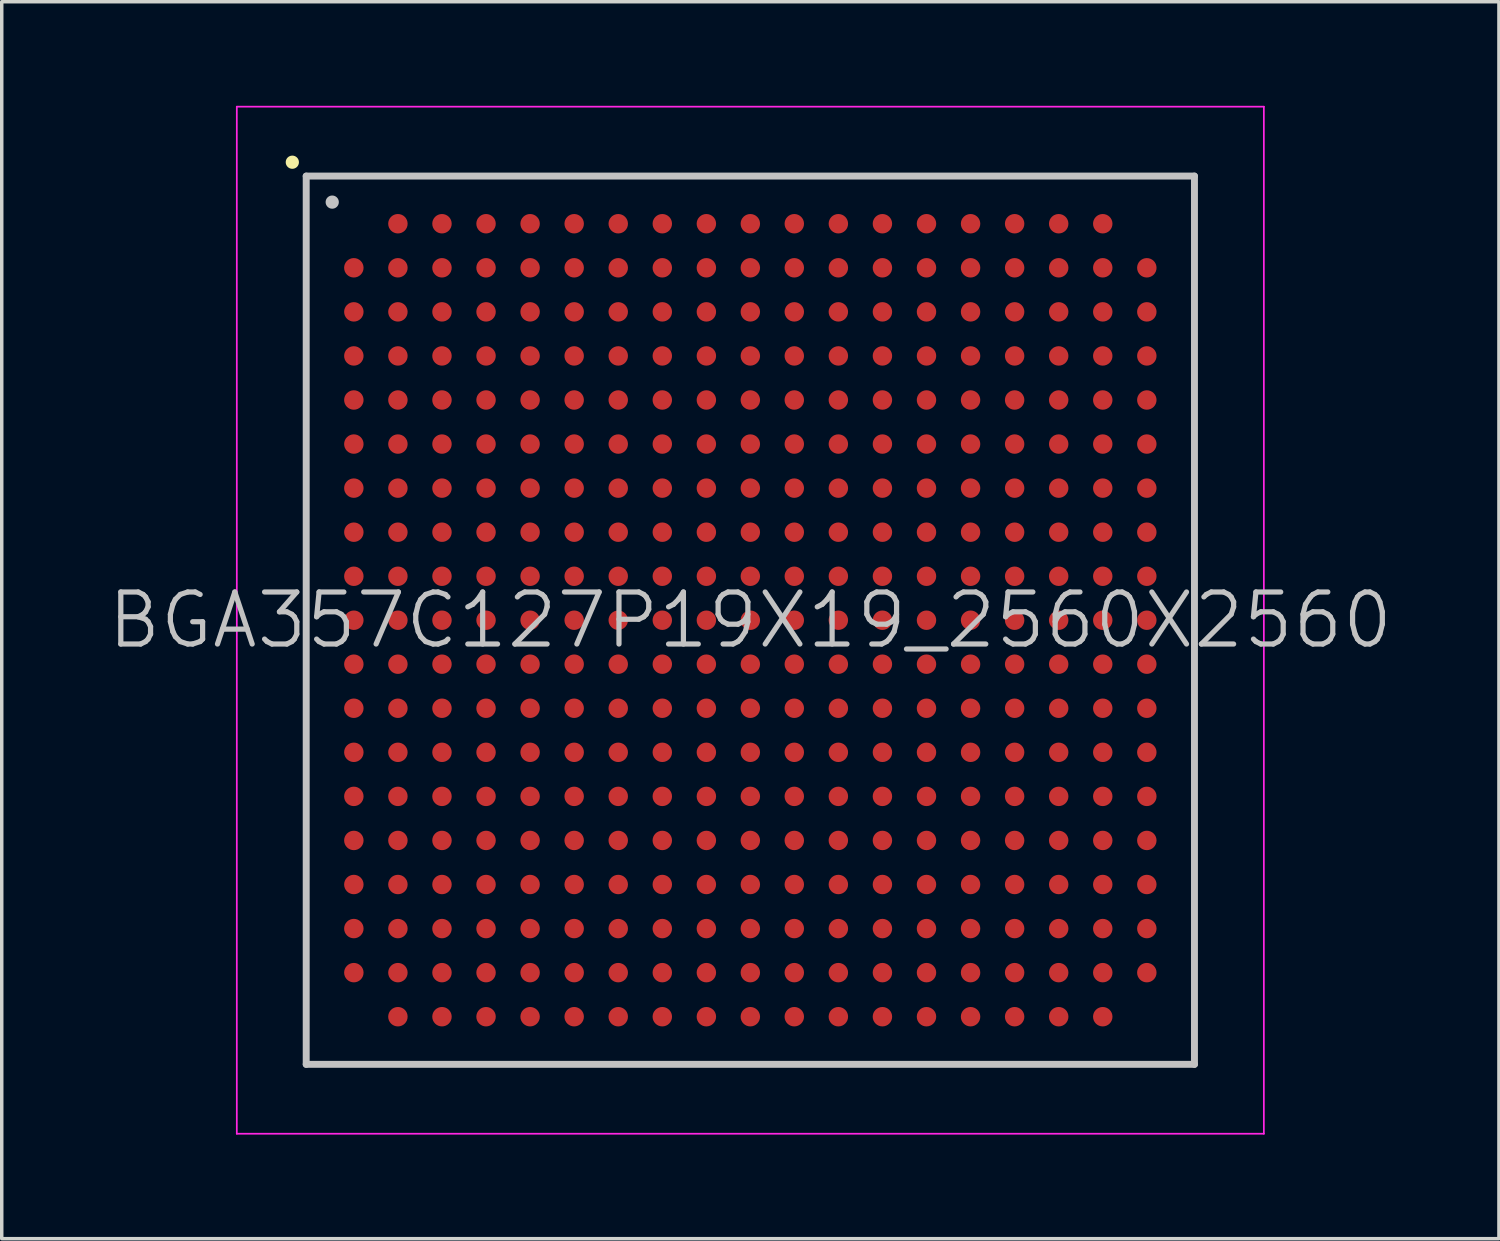
<source format=kicad_pcb>
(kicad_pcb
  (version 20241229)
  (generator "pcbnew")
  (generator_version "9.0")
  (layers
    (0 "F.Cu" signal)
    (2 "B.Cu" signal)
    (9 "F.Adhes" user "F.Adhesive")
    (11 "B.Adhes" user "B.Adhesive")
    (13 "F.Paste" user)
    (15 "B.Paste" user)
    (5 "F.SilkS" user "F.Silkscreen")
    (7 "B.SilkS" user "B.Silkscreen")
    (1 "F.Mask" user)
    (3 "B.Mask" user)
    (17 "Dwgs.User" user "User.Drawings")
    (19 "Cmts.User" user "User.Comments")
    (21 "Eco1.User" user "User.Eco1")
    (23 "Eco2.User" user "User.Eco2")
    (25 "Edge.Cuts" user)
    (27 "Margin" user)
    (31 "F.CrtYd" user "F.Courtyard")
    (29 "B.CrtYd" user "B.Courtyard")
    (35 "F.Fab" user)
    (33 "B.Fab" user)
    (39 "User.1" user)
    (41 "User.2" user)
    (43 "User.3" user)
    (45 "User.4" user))
  (footprint "BGA357C127P19X19_2560X2560"
    (layer "F.Cu")
    (at 18.575 14.825)
    (property "Reference" "BGA357C127P19X19_2560X2560" (at 0 0 0) (layer "Dwgs.User") (effects (font (size 1.5 1.5) (thickness 0.15))))
    (attr smd)
    (fp_line (start -13.2 -13.2) (end -13.2 -13.2) (stroke (width 0.381) (type solid)) (layer "F.SilkS"))
    (fp_line (start -12.8 -12.8) (end -12.8 12.8) (stroke (width 0.2) (type solid)) (layer "Dwgs.User"))
    (fp_line (start -12.8 -12.8) (end 12.8 -12.8) (stroke (width 0.2) (type solid)) (layer "Dwgs.User"))
    (fp_line (start -12.8 12.8) (end 12.8 12.8) (stroke (width 0.2) (type solid)) (layer "Dwgs.User"))
    (fp_line (start -12.05 -12.05) (end -12.05 -12.05) (stroke (width 0.381) (type solid)) (layer "Dwgs.User"))
    (fp_line (start 12.8 -12.8) (end 12.8 12.8) (stroke (width 0.2) (type solid)) (layer "Dwgs.User"))
    (fp_line (start -14.8 -14.8) (end -14.8 14.8) (stroke (width 0.05) (type solid)) (layer "F.CrtYd"))
    (fp_line (start -14.8 -14.8) (end 14.8 -14.8) (stroke (width 0.05) (type solid)) (layer "F.CrtYd"))
    (fp_line (start -14.8 14.8) (end 14.8 14.8) (stroke (width 0.05) (type solid)) (layer "F.CrtYd"))
    (fp_line (start 14.8 -14.8) (end 14.8 14.8) (stroke (width 0.05) (type solid)) (layer "F.CrtYd"))
    (pad "A2" smd circle (at -10.157 -11.427 270) (size 0.56 0.56) (layers "F.Cu" "F.Mask" "F.Paste"))
    (pad "A3" smd circle (at -8.887 -11.427 270) (size 0.56 0.56) (layers "F.Cu" "F.Mask" "F.Paste"))
    (pad "A4" smd circle (at -7.617 -11.427 270) (size 0.56 0.56) (layers "F.Cu" "F.Mask" "F.Paste"))
    (pad "A5" smd circle (at -6.347 -11.427 270) (size 0.56 0.56) (layers "F.Cu" "F.Mask" "F.Paste"))
    (pad "A6" smd circle (at -5.077 -11.427 270) (size 0.56 0.56) (layers "F.Cu" "F.Mask" "F.Paste"))
    (pad "A7" smd circle (at -3.807 -11.427 270) (size 0.56 0.56) (layers "F.Cu" "F.Mask" "F.Paste"))
    (pad "A8" smd circle (at -2.537 -11.427 270) (size 0.56 0.56) (layers "F.Cu" "F.Mask" "F.Paste"))
    (pad "A9" smd circle (at -1.267 -11.427 270) (size 0.56 0.56) (layers "F.Cu" "F.Mask" "F.Paste"))
    (pad "A10" smd circle (at 0 -11.427 270) (size 0.56 0.56) (layers "F.Cu" "F.Mask" "F.Paste"))
    (pad "A11" smd circle (at 1.267 -11.427 270) (size 0.56 0.56) (layers "F.Cu" "F.Mask" "F.Paste"))
    (pad "A12" smd circle (at 2.537 -11.427 270) (size 0.56 0.56) (layers "F.Cu" "F.Mask" "F.Paste"))
    (pad "A13" smd circle (at 3.807 -11.427 270) (size 0.56 0.56) (layers "F.Cu" "F.Mask" "F.Paste"))
    (pad "A14" smd circle (at 5.077 -11.427 270) (size 0.56 0.56) (layers "F.Cu" "F.Mask" "F.Paste"))
    (pad "A15" smd circle (at 6.347 -11.427 270) (size 0.56 0.56) (layers "F.Cu" "F.Mask" "F.Paste"))
    (pad "A16" smd circle (at 7.617 -11.427 270) (size 0.56 0.56) (layers "F.Cu" "F.Mask" "F.Paste"))
    (pad "A17" smd circle (at 8.887 -11.427 270) (size 0.56 0.56) (layers "F.Cu" "F.Mask" "F.Paste"))
    (pad "A18" smd circle (at 10.157 -11.427 270) (size 0.56 0.56) (layers "F.Cu" "F.Mask" "F.Paste"))
    (pad "B1" smd circle (at -11.427 -10.157 270) (size 0.56 0.56) (layers "F.Cu" "F.Mask" "F.Paste"))
    (pad "B2" smd circle (at -10.157 -10.157 270) (size 0.56 0.56) (layers "F.Cu" "F.Mask" "F.Paste"))
    (pad "B3" smd circle (at -8.887 -10.157 270) (size 0.56 0.56) (layers "F.Cu" "F.Mask" "F.Paste"))
    (pad "B4" smd circle (at -7.617 -10.157 270) (size 0.56 0.56) (layers "F.Cu" "F.Mask" "F.Paste"))
    (pad "B5" smd circle (at -6.347 -10.157 270) (size 0.56 0.56) (layers "F.Cu" "F.Mask" "F.Paste"))
    (pad "B6" smd circle (at -5.077 -10.157 270) (size 0.56 0.56) (layers "F.Cu" "F.Mask" "F.Paste"))
    (pad "B7" smd circle (at -3.807 -10.157 270) (size 0.56 0.56) (layers "F.Cu" "F.Mask" "F.Paste"))
    (pad "B8" smd circle (at -2.537 -10.157 270) (size 0.56 0.56) (layers "F.Cu" "F.Mask" "F.Paste"))
    (pad "B9" smd circle (at -1.267 -10.157 270) (size 0.56 0.56) (layers "F.Cu" "F.Mask" "F.Paste"))
    (pad "B10" smd circle (at 0 -10.157 270) (size 0.56 0.56) (layers "F.Cu" "F.Mask" "F.Paste"))
    (pad "B11" smd circle (at 1.267 -10.157 270) (size 0.56 0.56) (layers "F.Cu" "F.Mask" "F.Paste"))
    (pad "B12" smd circle (at 2.537 -10.157 270) (size 0.56 0.56) (layers "F.Cu" "F.Mask" "F.Paste"))
    (pad "B13" smd circle (at 3.807 -10.157 270) (size 0.56 0.56) (layers "F.Cu" "F.Mask" "F.Paste"))
    (pad "B14" smd circle (at 5.077 -10.157 270) (size 0.56 0.56) (layers "F.Cu" "F.Mask" "F.Paste"))
    (pad "B15" smd circle (at 6.347 -10.157 270) (size 0.56 0.56) (layers "F.Cu" "F.Mask" "F.Paste"))
    (pad "B16" smd circle (at 7.617 -10.157 270) (size 0.56 0.56) (layers "F.Cu" "F.Mask" "F.Paste"))
    (pad "B17" smd circle (at 8.887 -10.157 270) (size 0.56 0.56) (layers "F.Cu" "F.Mask" "F.Paste"))
    (pad "B18" smd circle (at 10.157 -10.157 270) (size 0.56 0.56) (layers "F.Cu" "F.Mask" "F.Paste"))
    (pad "B19" smd circle (at 11.427 -10.157 270) (size 0.56 0.56) (layers "F.Cu" "F.Mask" "F.Paste"))
    (pad "C1" smd circle (at -11.427 -8.887 270) (size 0.56 0.56) (layers "F.Cu" "F.Mask" "F.Paste"))
    (pad "C2" smd circle (at -10.157 -8.887 270) (size 0.56 0.56) (layers "F.Cu" "F.Mask" "F.Paste"))
    (pad "C3" smd circle (at -8.887 -8.887 270) (size 0.56 0.56) (layers "F.Cu" "F.Mask" "F.Paste"))
    (pad "C4" smd circle (at -7.617 -8.887 270) (size 0.56 0.56) (layers "F.Cu" "F.Mask" "F.Paste"))
    (pad "C5" smd circle (at -6.347 -8.887 270) (size 0.56 0.56) (layers "F.Cu" "F.Mask" "F.Paste"))
    (pad "C6" smd circle (at -5.077 -8.887 270) (size 0.56 0.56) (layers "F.Cu" "F.Mask" "F.Paste"))
    (pad "C7" smd circle (at -3.807 -8.887 270) (size 0.56 0.56) (layers "F.Cu" "F.Mask" "F.Paste"))
    (pad "C8" smd circle (at -2.537 -8.887 270) (size 0.56 0.56) (layers "F.Cu" "F.Mask" "F.Paste"))
    (pad "C9" smd circle (at -1.267 -8.887 270) (size 0.56 0.56) (layers "F.Cu" "F.Mask" "F.Paste"))
    (pad "C10" smd circle (at 0 -8.887 270) (size 0.56 0.56) (layers "F.Cu" "F.Mask" "F.Paste"))
    (pad "C11" smd circle (at 1.267 -8.887 270) (size 0.56 0.56) (layers "F.Cu" "F.Mask" "F.Paste"))
    (pad "C12" smd circle (at 2.537 -8.887 270) (size 0.56 0.56) (layers "F.Cu" "F.Mask" "F.Paste"))
    (pad "C13" smd circle (at 3.807 -8.887 270) (size 0.56 0.56) (layers "F.Cu" "F.Mask" "F.Paste"))
    (pad "C14" smd circle (at 5.077 -8.887 270) (size 0.56 0.56) (layers "F.Cu" "F.Mask" "F.Paste"))
    (pad "C15" smd circle (at 6.347 -8.887 270) (size 0.56 0.56) (layers "F.Cu" "F.Mask" "F.Paste"))
    (pad "C16" smd circle (at 7.617 -8.887 270) (size 0.56 0.56) (layers "F.Cu" "F.Mask" "F.Paste"))
    (pad "C17" smd circle (at 8.887 -8.887 270) (size 0.56 0.56) (layers "F.Cu" "F.Mask" "F.Paste"))
    (pad "C18" smd circle (at 10.157 -8.887 270) (size 0.56 0.56) (layers "F.Cu" "F.Mask" "F.Paste"))
    (pad "C19" smd circle (at 11.427 -8.887 270) (size 0.56 0.56) (layers "F.Cu" "F.Mask" "F.Paste"))
    (pad "D1" smd circle (at -11.427 -7.617 270) (size 0.56 0.56) (layers "F.Cu" "F.Mask" "F.Paste"))
    (pad "D2" smd circle (at -10.157 -7.617 270) (size 0.56 0.56) (layers "F.Cu" "F.Mask" "F.Paste"))
    (pad "D3" smd circle (at -8.887 -7.617 270) (size 0.56 0.56) (layers "F.Cu" "F.Mask" "F.Paste"))
    (pad "D4" smd circle (at -7.617 -7.617 270) (size 0.56 0.56) (layers "F.Cu" "F.Mask" "F.Paste"))
    (pad "D5" smd circle (at -6.347 -7.617 270) (size 0.56 0.56) (layers "F.Cu" "F.Mask" "F.Paste"))
    (pad "D6" smd circle (at -5.077 -7.617 270) (size 0.56 0.56) (layers "F.Cu" "F.Mask" "F.Paste"))
    (pad "D7" smd circle (at -3.807 -7.617 270) (size 0.56 0.56) (layers "F.Cu" "F.Mask" "F.Paste"))
    (pad "D8" smd circle (at -2.537 -7.617 270) (size 0.56 0.56) (layers "F.Cu" "F.Mask" "F.Paste"))
    (pad "D9" smd circle (at -1.267 -7.617 270) (size 0.56 0.56) (layers "F.Cu" "F.Mask" "F.Paste"))
    (pad "D10" smd circle (at 0 -7.617 270) (size 0.56 0.56) (layers "F.Cu" "F.Mask" "F.Paste"))
    (pad "D11" smd circle (at 1.267 -7.617 270) (size 0.56 0.56) (layers "F.Cu" "F.Mask" "F.Paste"))
    (pad "D12" smd circle (at 2.537 -7.617 270) (size 0.56 0.56) (layers "F.Cu" "F.Mask" "F.Paste"))
    (pad "D13" smd circle (at 3.807 -7.617 270) (size 0.56 0.56) (layers "F.Cu" "F.Mask" "F.Paste"))
    (pad "D14" smd circle (at 5.077 -7.617 270) (size 0.56 0.56) (layers "F.Cu" "F.Mask" "F.Paste"))
    (pad "D15" smd circle (at 6.347 -7.617 270) (size 0.56 0.56) (layers "F.Cu" "F.Mask" "F.Paste"))
    (pad "D16" smd circle (at 7.617 -7.617 270) (size 0.56 0.56) (layers "F.Cu" "F.Mask" "F.Paste"))
    (pad "D17" smd circle (at 8.887 -7.617 270) (size 0.56 0.56) (layers "F.Cu" "F.Mask" "F.Paste"))
    (pad "D18" smd circle (at 10.157 -7.617 270) (size 0.56 0.56) (layers "F.Cu" "F.Mask" "F.Paste"))
    (pad "D19" smd circle (at 11.427 -7.617 270) (size 0.56 0.56) (layers "F.Cu" "F.Mask" "F.Paste"))
    (pad "E1" smd circle (at -11.427 -6.347 270) (size 0.56 0.56) (layers "F.Cu" "F.Mask" "F.Paste"))
    (pad "E2" smd circle (at -10.157 -6.347 270) (size 0.56 0.56) (layers "F.Cu" "F.Mask" "F.Paste"))
    (pad "E3" smd circle (at -8.887 -6.347 270) (size 0.56 0.56) (layers "F.Cu" "F.Mask" "F.Paste"))
    (pad "E4" smd circle (at -7.617 -6.347 270) (size 0.56 0.56) (layers "F.Cu" "F.Mask" "F.Paste"))
    (pad "E5" smd circle (at -6.347 -6.347 270) (size 0.56 0.56) (layers "F.Cu" "F.Mask" "F.Paste"))
    (pad "E6" smd circle (at -5.077 -6.347 270) (size 0.56 0.56) (layers "F.Cu" "F.Mask" "F.Paste"))
    (pad "E7" smd circle (at -3.807 -6.347 270) (size 0.56 0.56) (layers "F.Cu" "F.Mask" "F.Paste"))
    (pad "E8" smd circle (at -2.537 -6.347 270) (size 0.56 0.56) (layers "F.Cu" "F.Mask" "F.Paste"))
    (pad "E9" smd circle (at -1.267 -6.347 270) (size 0.56 0.56) (layers "F.Cu" "F.Mask" "F.Paste"))
    (pad "E10" smd circle (at 0 -6.347 270) (size 0.56 0.56) (layers "F.Cu" "F.Mask" "F.Paste"))
    (pad "E11" smd circle (at 1.267 -6.347 270) (size 0.56 0.56) (layers "F.Cu" "F.Mask" "F.Paste"))
    (pad "E12" smd circle (at 2.537 -6.347 270) (size 0.56 0.56) (layers "F.Cu" "F.Mask" "F.Paste"))
    (pad "E13" smd circle (at 3.807 -6.347 270) (size 0.56 0.56) (layers "F.Cu" "F.Mask" "F.Paste"))
    (pad "E14" smd circle (at 5.077 -6.347 270) (size 0.56 0.56) (layers "F.Cu" "F.Mask" "F.Paste"))
    (pad "E15" smd circle (at 6.347 -6.347 270) (size 0.56 0.56) (layers "F.Cu" "F.Mask" "F.Paste"))
    (pad "E16" smd circle (at 7.617 -6.347 270) (size 0.56 0.56) (layers "F.Cu" "F.Mask" "F.Paste"))
    (pad "E17" smd circle (at 8.887 -6.347 270) (size 0.56 0.56) (layers "F.Cu" "F.Mask" "F.Paste"))
    (pad "E18" smd circle (at 10.157 -6.347 270) (size 0.56 0.56) (layers "F.Cu" "F.Mask" "F.Paste"))
    (pad "E19" smd circle (at 11.427 -6.347 270) (size 0.56 0.56) (layers "F.Cu" "F.Mask" "F.Paste"))
    (pad "F1" smd circle (at -11.427 -5.077 270) (size 0.56 0.56) (layers "F.Cu" "F.Mask" "F.Paste"))
    (pad "F2" smd circle (at -10.157 -5.077 270) (size 0.56 0.56) (layers "F.Cu" "F.Mask" "F.Paste"))
    (pad "F3" smd circle (at -8.887 -5.077 270) (size 0.56 0.56) (layers "F.Cu" "F.Mask" "F.Paste"))
    (pad "F4" smd circle (at -7.617 -5.077 270) (size 0.56 0.56) (layers "F.Cu" "F.Mask" "F.Paste"))
    (pad "F5" smd circle (at -6.347 -5.077 270) (size 0.56 0.56) (layers "F.Cu" "F.Mask" "F.Paste"))
    (pad "F6" smd circle (at -5.077 -5.077 270) (size 0.56 0.56) (layers "F.Cu" "F.Mask" "F.Paste"))
    (pad "F7" smd circle (at -3.807 -5.077 270) (size 0.56 0.56) (layers "F.Cu" "F.Mask" "F.Paste"))
    (pad "F8" smd circle (at -2.537 -5.077 270) (size 0.56 0.56) (layers "F.Cu" "F.Mask" "F.Paste"))
    (pad "F9" smd circle (at -1.267 -5.077 270) (size 0.56 0.56) (layers "F.Cu" "F.Mask" "F.Paste"))
    (pad "F10" smd circle (at 0 -5.077 270) (size 0.56 0.56) (layers "F.Cu" "F.Mask" "F.Paste"))
    (pad "F11" smd circle (at 1.267 -5.077 270) (size 0.56 0.56) (layers "F.Cu" "F.Mask" "F.Paste"))
    (pad "F12" smd circle (at 2.537 -5.077 270) (size 0.56 0.56) (layers "F.Cu" "F.Mask" "F.Paste"))
    (pad "F13" smd circle (at 3.807 -5.077 270) (size 0.56 0.56) (layers "F.Cu" "F.Mask" "F.Paste"))
    (pad "F14" smd circle (at 5.077 -5.077 270) (size 0.56 0.56) (layers "F.Cu" "F.Mask" "F.Paste"))
    (pad "F15" smd circle (at 6.347 -5.077 270) (size 0.56 0.56) (layers "F.Cu" "F.Mask" "F.Paste"))
    (pad "F16" smd circle (at 7.617 -5.077 270) (size 0.56 0.56) (layers "F.Cu" "F.Mask" "F.Paste"))
    (pad "F17" smd circle (at 8.887 -5.077 270) (size 0.56 0.56) (layers "F.Cu" "F.Mask" "F.Paste"))
    (pad "F18" smd circle (at 10.157 -5.077 270) (size 0.56 0.56) (layers "F.Cu" "F.Mask" "F.Paste"))
    (pad "F19" smd circle (at 11.427 -5.077 270) (size 0.56 0.56) (layers "F.Cu" "F.Mask" "F.Paste"))
    (pad "G1" smd circle (at -11.427 -3.807 270) (size 0.56 0.56) (layers "F.Cu" "F.Mask" "F.Paste"))
    (pad "G2" smd circle (at -10.157 -3.807 270) (size 0.56 0.56) (layers "F.Cu" "F.Mask" "F.Paste"))
    (pad "G3" smd circle (at -8.887 -3.807 270) (size 0.56 0.56) (layers "F.Cu" "F.Mask" "F.Paste"))
    (pad "G4" smd circle (at -7.617 -3.807 270) (size 0.56 0.56) (layers "F.Cu" "F.Mask" "F.Paste"))
    (pad "G5" smd circle (at -6.347 -3.807 270) (size 0.56 0.56) (layers "F.Cu" "F.Mask" "F.Paste"))
    (pad "G6" smd circle (at -5.077 -3.807 270) (size 0.56 0.56) (layers "F.Cu" "F.Mask" "F.Paste"))
    (pad "G7" smd circle (at -3.807 -3.807 270) (size 0.56 0.56) (layers "F.Cu" "F.Mask" "F.Paste"))
    (pad "G8" smd circle (at -2.537 -3.807 270) (size 0.56 0.56) (layers "F.Cu" "F.Mask" "F.Paste"))
    (pad "G9" smd circle (at -1.267 -3.807 270) (size 0.56 0.56) (layers "F.Cu" "F.Mask" "F.Paste"))
    (pad "G10" smd circle (at 0 -3.807 270) (size 0.56 0.56) (layers "F.Cu" "F.Mask" "F.Paste"))
    (pad "G11" smd circle (at 1.267 -3.807 270) (size 0.56 0.56) (layers "F.Cu" "F.Mask" "F.Paste"))
    (pad "G12" smd circle (at 2.537 -3.807 270) (size 0.56 0.56) (layers "F.Cu" "F.Mask" "F.Paste"))
    (pad "G13" smd circle (at 3.807 -3.807 270) (size 0.56 0.56) (layers "F.Cu" "F.Mask" "F.Paste"))
    (pad "G14" smd circle (at 5.077 -3.807 270) (size 0.56 0.56) (layers "F.Cu" "F.Mask" "F.Paste"))
    (pad "G15" smd circle (at 6.347 -3.807 270) (size 0.56 0.56) (layers "F.Cu" "F.Mask" "F.Paste"))
    (pad "G16" smd circle (at 7.617 -3.807 270) (size 0.56 0.56) (layers "F.Cu" "F.Mask" "F.Paste"))
    (pad "G17" smd circle (at 8.887 -3.807 270) (size 0.56 0.56) (layers "F.Cu" "F.Mask" "F.Paste"))
    (pad "G18" smd circle (at 10.157 -3.807 270) (size 0.56 0.56) (layers "F.Cu" "F.Mask" "F.Paste"))
    (pad "G19" smd circle (at 11.427 -3.807 270) (size 0.56 0.56) (layers "F.Cu" "F.Mask" "F.Paste"))
    (pad "H1" smd circle (at -11.427 -2.537 270) (size 0.56 0.56) (layers "F.Cu" "F.Mask" "F.Paste"))
    (pad "H2" smd circle (at -10.157 -2.537 270) (size 0.56 0.56) (layers "F.Cu" "F.Mask" "F.Paste"))
    (pad "H3" smd circle (at -8.887 -2.537 270) (size 0.56 0.56) (layers "F.Cu" "F.Mask" "F.Paste"))
    (pad "H4" smd circle (at -7.617 -2.537 270) (size 0.56 0.56) (layers "F.Cu" "F.Mask" "F.Paste"))
    (pad "H5" smd circle (at -6.347 -2.537 270) (size 0.56 0.56) (layers "F.Cu" "F.Mask" "F.Paste"))
    (pad "H6" smd circle (at -5.077 -2.537 270) (size 0.56 0.56) (layers "F.Cu" "F.Mask" "F.Paste"))
    (pad "H7" smd circle (at -3.807 -2.537 270) (size 0.56 0.56) (layers "F.Cu" "F.Mask" "F.Paste"))
    (pad "H8" smd circle (at -2.537 -2.537 270) (size 0.56 0.56) (layers "F.Cu" "F.Mask" "F.Paste"))
    (pad "H9" smd circle (at -1.267 -2.537 270) (size 0.56 0.56) (layers "F.Cu" "F.Mask" "F.Paste"))
    (pad "H10" smd circle (at 0 -2.537 270) (size 0.56 0.56) (layers "F.Cu" "F.Mask" "F.Paste"))
    (pad "H11" smd circle (at 1.267 -2.537 270) (size 0.56 0.56) (layers "F.Cu" "F.Mask" "F.Paste"))
    (pad "H12" smd circle (at 2.537 -2.537 270) (size 0.56 0.56) (layers "F.Cu" "F.Mask" "F.Paste"))
    (pad "H13" smd circle (at 3.807 -2.537 270) (size 0.56 0.56) (layers "F.Cu" "F.Mask" "F.Paste"))
    (pad "H14" smd circle (at 5.077 -2.537 270) (size 0.56 0.56) (layers "F.Cu" "F.Mask" "F.Paste"))
    (pad "H15" smd circle (at 6.347 -2.537 270) (size 0.56 0.56) (layers "F.Cu" "F.Mask" "F.Paste"))
    (pad "H16" smd circle (at 7.617 -2.537 270) (size 0.56 0.56) (layers "F.Cu" "F.Mask" "F.Paste"))
    (pad "H17" smd circle (at 8.887 -2.537 270) (size 0.56 0.56) (layers "F.Cu" "F.Mask" "F.Paste"))
    (pad "H18" smd circle (at 10.157 -2.537 270) (size 0.56 0.56) (layers "F.Cu" "F.Mask" "F.Paste"))
    (pad "H19" smd circle (at 11.427 -2.537 270) (size 0.56 0.56) (layers "F.Cu" "F.Mask" "F.Paste"))
    (pad "J1" smd circle (at -11.427 -1.267 270) (size 0.56 0.56) (layers "F.Cu" "F.Mask" "F.Paste"))
    (pad "J2" smd circle (at -10.157 -1.267 270) (size 0.56 0.56) (layers "F.Cu" "F.Mask" "F.Paste"))
    (pad "J3" smd circle (at -8.887 -1.267 270) (size 0.56 0.56) (layers "F.Cu" "F.Mask" "F.Paste"))
    (pad "J4" smd circle (at -7.617 -1.267 270) (size 0.56 0.56) (layers "F.Cu" "F.Mask" "F.Paste"))
    (pad "J5" smd circle (at -6.347 -1.267 270) (size 0.56 0.56) (layers "F.Cu" "F.Mask" "F.Paste"))
    (pad "J6" smd circle (at -5.077 -1.267 270) (size 0.56 0.56) (layers "F.Cu" "F.Mask" "F.Paste"))
    (pad "J7" smd circle (at -3.807 -1.267 270) (size 0.56 0.56) (layers "F.Cu" "F.Mask" "F.Paste"))
    (pad "J8" smd circle (at -2.537 -1.267 270) (size 0.56 0.56) (layers "F.Cu" "F.Mask" "F.Paste"))
    (pad "J9" smd circle (at -1.267 -1.267 270) (size 0.56 0.56) (layers "F.Cu" "F.Mask" "F.Paste"))
    (pad "J10" smd circle (at 0 -1.267 270) (size 0.56 0.56) (layers "F.Cu" "F.Mask" "F.Paste"))
    (pad "J11" smd circle (at 1.267 -1.267 270) (size 0.56 0.56) (layers "F.Cu" "F.Mask" "F.Paste"))
    (pad "J12" smd circle (at 2.537 -1.267 270) (size 0.56 0.56) (layers "F.Cu" "F.Mask" "F.Paste"))
    (pad "J13" smd circle (at 3.807 -1.267 270) (size 0.56 0.56) (layers "F.Cu" "F.Mask" "F.Paste"))
    (pad "J14" smd circle (at 5.077 -1.267 270) (size 0.56 0.56) (layers "F.Cu" "F.Mask" "F.Paste"))
    (pad "J15" smd circle (at 6.347 -1.267 270) (size 0.56 0.56) (layers "F.Cu" "F.Mask" "F.Paste"))
    (pad "J16" smd circle (at 7.617 -1.267 270) (size 0.56 0.56) (layers "F.Cu" "F.Mask" "F.Paste"))
    (pad "J17" smd circle (at 8.887 -1.267 270) (size 0.56 0.56) (layers "F.Cu" "F.Mask" "F.Paste"))
    (pad "J18" smd circle (at 10.157 -1.267 270) (size 0.56 0.56) (layers "F.Cu" "F.Mask" "F.Paste"))
    (pad "J19" smd circle (at 11.427 -1.267 270) (size 0.56 0.56) (layers "F.Cu" "F.Mask" "F.Paste"))
    (pad "K1" smd circle (at -11.427 0 270) (size 0.56 0.56) (layers "F.Cu" "F.Mask" "F.Paste"))
    (pad "K2" smd circle (at -10.157 0 270) (size 0.56 0.56) (layers "F.Cu" "F.Mask" "F.Paste"))
    (pad "K3" smd circle (at -8.887 0 270) (size 0.56 0.56) (layers "F.Cu" "F.Mask" "F.Paste"))
    (pad "K4" smd circle (at -7.617 0 270) (size 0.56 0.56) (layers "F.Cu" "F.Mask" "F.Paste"))
    (pad "K5" smd circle (at -6.347 0 270) (size 0.56 0.56) (layers "F.Cu" "F.Mask" "F.Paste"))
    (pad "K6" smd circle (at -5.077 0 270) (size 0.56 0.56) (layers "F.Cu" "F.Mask" "F.Paste"))
    (pad "K7" smd circle (at -3.807 0 270) (size 0.56 0.56) (layers "F.Cu" "F.Mask" "F.Paste"))
    (pad "K8" smd circle (at -2.537 0 270) (size 0.56 0.56) (layers "F.Cu" "F.Mask" "F.Paste"))
    (pad "K9" smd circle (at -1.267 0 270) (size 0.56 0.56) (layers "F.Cu" "F.Mask" "F.Paste"))
    (pad "K10" smd circle (at 0 0 270) (size 0.56 0.56) (layers "F.Cu" "F.Mask" "F.Paste"))
    (pad "K11" smd circle (at 1.267 0 270) (size 0.56 0.56) (layers "F.Cu" "F.Mask" "F.Paste"))
    (pad "K12" smd circle (at 2.537 0 270) (size 0.56 0.56) (layers "F.Cu" "F.Mask" "F.Paste"))
    (pad "K13" smd circle (at 3.807 0 270) (size 0.56 0.56) (layers "F.Cu" "F.Mask" "F.Paste"))
    (pad "K14" smd circle (at 5.077 0 270) (size 0.56 0.56) (layers "F.Cu" "F.Mask" "F.Paste"))
    (pad "K15" smd circle (at 6.347 0 270) (size 0.56 0.56) (layers "F.Cu" "F.Mask" "F.Paste"))
    (pad "K16" smd circle (at 7.617 0 270) (size 0.56 0.56) (layers "F.Cu" "F.Mask" "F.Paste"))
    (pad "K17" smd circle (at 8.887 0 270) (size 0.56 0.56) (layers "F.Cu" "F.Mask" "F.Paste"))
    (pad "K18" smd circle (at 10.157 0 270) (size 0.56 0.56) (layers "F.Cu" "F.Mask" "F.Paste"))
    (pad "K19" smd circle (at 11.427 0 270) (size 0.56 0.56) (layers "F.Cu" "F.Mask" "F.Paste"))
    (pad "L1" smd circle (at -11.427 1.267 270) (size 0.56 0.56) (layers "F.Cu" "F.Mask" "F.Paste"))
    (pad "L2" smd circle (at -10.157 1.267 270) (size 0.56 0.56) (layers "F.Cu" "F.Mask" "F.Paste"))
    (pad "L3" smd circle (at -8.887 1.267 270) (size 0.56 0.56) (layers "F.Cu" "F.Mask" "F.Paste"))
    (pad "L4" smd circle (at -7.617 1.267 270) (size 0.56 0.56) (layers "F.Cu" "F.Mask" "F.Paste"))
    (pad "L5" smd circle (at -6.347 1.267 270) (size 0.56 0.56) (layers "F.Cu" "F.Mask" "F.Paste"))
    (pad "L6" smd circle (at -5.077 1.267 270) (size 0.56 0.56) (layers "F.Cu" "F.Mask" "F.Paste"))
    (pad "L7" smd circle (at -3.807 1.267 270) (size 0.56 0.56) (layers "F.Cu" "F.Mask" "F.Paste"))
    (pad "L8" smd circle (at -2.537 1.267 270) (size 0.56 0.56) (layers "F.Cu" "F.Mask" "F.Paste"))
    (pad "L9" smd circle (at -1.267 1.267 270) (size 0.56 0.56) (layers "F.Cu" "F.Mask" "F.Paste"))
    (pad "L10" smd circle (at 0 1.267 270) (size 0.56 0.56) (layers "F.Cu" "F.Mask" "F.Paste"))
    (pad "L11" smd circle (at 1.267 1.267 270) (size 0.56 0.56) (layers "F.Cu" "F.Mask" "F.Paste"))
    (pad "L12" smd circle (at 2.537 1.267 270) (size 0.56 0.56) (layers "F.Cu" "F.Mask" "F.Paste"))
    (pad "L13" smd circle (at 3.807 1.267 270) (size 0.56 0.56) (layers "F.Cu" "F.Mask" "F.Paste"))
    (pad "L14" smd circle (at 5.077 1.267 270) (size 0.56 0.56) (layers "F.Cu" "F.Mask" "F.Paste"))
    (pad "L15" smd circle (at 6.347 1.267 270) (size 0.56 0.56) (layers "F.Cu" "F.Mask" "F.Paste"))
    (pad "L16" smd circle (at 7.617 1.267 270) (size 0.56 0.56) (layers "F.Cu" "F.Mask" "F.Paste"))
    (pad "L17" smd circle (at 8.887 1.267 270) (size 0.56 0.56) (layers "F.Cu" "F.Mask" "F.Paste"))
    (pad "L18" smd circle (at 10.157 1.267 270) (size 0.56 0.56) (layers "F.Cu" "F.Mask" "F.Paste"))
    (pad "L19" smd circle (at 11.427 1.267 270) (size 0.56 0.56) (layers "F.Cu" "F.Mask" "F.Paste"))
    (pad "M1" smd circle (at -11.427 2.537 270) (size 0.56 0.56) (layers "F.Cu" "F.Mask" "F.Paste"))
    (pad "M2" smd circle (at -10.157 2.537 270) (size 0.56 0.56) (layers "F.Cu" "F.Mask" "F.Paste"))
    (pad "M3" smd circle (at -8.887 2.537 270) (size 0.56 0.56) (layers "F.Cu" "F.Mask" "F.Paste"))
    (pad "M4" smd circle (at -7.617 2.537 270) (size 0.56 0.56) (layers "F.Cu" "F.Mask" "F.Paste"))
    (pad "M5" smd circle (at -6.347 2.537 270) (size 0.56 0.56) (layers "F.Cu" "F.Mask" "F.Paste"))
    (pad "M6" smd circle (at -5.077 2.537 270) (size 0.56 0.56) (layers "F.Cu" "F.Mask" "F.Paste"))
    (pad "M7" smd circle (at -3.807 2.537 270) (size 0.56 0.56) (layers "F.Cu" "F.Mask" "F.Paste"))
    (pad "M8" smd circle (at -2.537 2.537 270) (size 0.56 0.56) (layers "F.Cu" "F.Mask" "F.Paste"))
    (pad "M9" smd circle (at -1.267 2.537 270) (size 0.56 0.56) (layers "F.Cu" "F.Mask" "F.Paste"))
    (pad "M10" smd circle (at 0 2.537 270) (size 0.56 0.56) (layers "F.Cu" "F.Mask" "F.Paste"))
    (pad "M11" smd circle (at 1.267 2.537 270) (size 0.56 0.56) (layers "F.Cu" "F.Mask" "F.Paste"))
    (pad "M12" smd circle (at 2.537 2.537 270) (size 0.56 0.56) (layers "F.Cu" "F.Mask" "F.Paste"))
    (pad "M13" smd circle (at 3.807 2.537 270) (size 0.56 0.56) (layers "F.Cu" "F.Mask" "F.Paste"))
    (pad "M14" smd circle (at 5.077 2.537 270) (size 0.56 0.56) (layers "F.Cu" "F.Mask" "F.Paste"))
    (pad "M15" smd circle (at 6.347 2.537 270) (size 0.56 0.56) (layers "F.Cu" "F.Mask" "F.Paste"))
    (pad "M16" smd circle (at 7.617 2.537 270) (size 0.56 0.56) (layers "F.Cu" "F.Mask" "F.Paste"))
    (pad "M17" smd circle (at 8.887 2.537 270) (size 0.56 0.56) (layers "F.Cu" "F.Mask" "F.Paste"))
    (pad "M18" smd circle (at 10.157 2.537 270) (size 0.56 0.56) (layers "F.Cu" "F.Mask" "F.Paste"))
    (pad "M19" smd circle (at 11.427 2.537 270) (size 0.56 0.56) (layers "F.Cu" "F.Mask" "F.Paste"))
    (pad "N1" smd circle (at -11.427 3.807 270) (size 0.56 0.56) (layers "F.Cu" "F.Mask" "F.Paste"))
    (pad "N2" smd circle (at -10.157 3.807 270) (size 0.56 0.56) (layers "F.Cu" "F.Mask" "F.Paste"))
    (pad "N3" smd circle (at -8.887 3.807 270) (size 0.56 0.56) (layers "F.Cu" "F.Mask" "F.Paste"))
    (pad "N4" smd circle (at -7.617 3.807 270) (size 0.56 0.56) (layers "F.Cu" "F.Mask" "F.Paste"))
    (pad "N5" smd circle (at -6.347 3.807 270) (size 0.56 0.56) (layers "F.Cu" "F.Mask" "F.Paste"))
    (pad "N6" smd circle (at -5.077 3.807 270) (size 0.56 0.56) (layers "F.Cu" "F.Mask" "F.Paste"))
    (pad "N7" smd circle (at -3.807 3.807 270) (size 0.56 0.56) (layers "F.Cu" "F.Mask" "F.Paste"))
    (pad "N8" smd circle (at -2.537 3.807 270) (size 0.56 0.56) (layers "F.Cu" "F.Mask" "F.Paste"))
    (pad "N9" smd circle (at -1.267 3.807 270) (size 0.56 0.56) (layers "F.Cu" "F.Mask" "F.Paste"))
    (pad "N10" smd circle (at 0 3.807 270) (size 0.56 0.56) (layers "F.Cu" "F.Mask" "F.Paste"))
    (pad "N11" smd circle (at 1.267 3.807 270) (size 0.56 0.56) (layers "F.Cu" "F.Mask" "F.Paste"))
    (pad "N12" smd circle (at 2.537 3.807 270) (size 0.56 0.56) (layers "F.Cu" "F.Mask" "F.Paste"))
    (pad "N13" smd circle (at 3.807 3.807 270) (size 0.56 0.56) (layers "F.Cu" "F.Mask" "F.Paste"))
    (pad "N14" smd circle (at 5.077 3.807 270) (size 0.56 0.56) (layers "F.Cu" "F.Mask" "F.Paste"))
    (pad "N15" smd circle (at 6.347 3.807 270) (size 0.56 0.56) (layers "F.Cu" "F.Mask" "F.Paste"))
    (pad "N16" smd circle (at 7.617 3.807 270) (size 0.56 0.56) (layers "F.Cu" "F.Mask" "F.Paste"))
    (pad "N17" smd circle (at 8.887 3.807 270) (size 0.56 0.56) (layers "F.Cu" "F.Mask" "F.Paste"))
    (pad "N18" smd circle (at 10.157 3.807 270) (size 0.56 0.56) (layers "F.Cu" "F.Mask" "F.Paste"))
    (pad "N19" smd circle (at 11.427 3.807 270) (size 0.56 0.56) (layers "F.Cu" "F.Mask" "F.Paste"))
    (pad "P1" smd circle (at -11.427 5.077 270) (size 0.56 0.56) (layers "F.Cu" "F.Mask" "F.Paste"))
    (pad "P2" smd circle (at -10.157 5.077 270) (size 0.56 0.56) (layers "F.Cu" "F.Mask" "F.Paste"))
    (pad "P3" smd circle (at -8.887 5.077 270) (size 0.56 0.56) (layers "F.Cu" "F.Mask" "F.Paste"))
    (pad "P4" smd circle (at -7.617 5.077 270) (size 0.56 0.56) (layers "F.Cu" "F.Mask" "F.Paste"))
    (pad "P5" smd circle (at -6.347 5.077 270) (size 0.56 0.56) (layers "F.Cu" "F.Mask" "F.Paste"))
    (pad "P6" smd circle (at -5.077 5.077 270) (size 0.56 0.56) (layers "F.Cu" "F.Mask" "F.Paste"))
    (pad "P7" smd circle (at -3.807 5.077 270) (size 0.56 0.56) (layers "F.Cu" "F.Mask" "F.Paste"))
    (pad "P8" smd circle (at -2.537 5.077 270) (size 0.56 0.56) (layers "F.Cu" "F.Mask" "F.Paste"))
    (pad "P9" smd circle (at -1.267 5.077 270) (size 0.56 0.56) (layers "F.Cu" "F.Mask" "F.Paste"))
    (pad "P10" smd circle (at 0 5.077 270) (size 0.56 0.56) (layers "F.Cu" "F.Mask" "F.Paste"))
    (pad "P11" smd circle (at 1.267 5.077 270) (size 0.56 0.56) (layers "F.Cu" "F.Mask" "F.Paste"))
    (pad "P12" smd circle (at 2.537 5.077 270) (size 0.56 0.56) (layers "F.Cu" "F.Mask" "F.Paste"))
    (pad "P13" smd circle (at 3.807 5.077 270) (size 0.56 0.56) (layers "F.Cu" "F.Mask" "F.Paste"))
    (pad "P14" smd circle (at 5.077 5.077 270) (size 0.56 0.56) (layers "F.Cu" "F.Mask" "F.Paste"))
    (pad "P15" smd circle (at 6.347 5.077 270) (size 0.56 0.56) (layers "F.Cu" "F.Mask" "F.Paste"))
    (pad "P16" smd circle (at 7.617 5.077 270) (size 0.56 0.56) (layers "F.Cu" "F.Mask" "F.Paste"))
    (pad "P17" smd circle (at 8.887 5.077 270) (size 0.56 0.56) (layers "F.Cu" "F.Mask" "F.Paste"))
    (pad "P18" smd circle (at 10.157 5.077 270) (size 0.56 0.56) (layers "F.Cu" "F.Mask" "F.Paste"))
    (pad "P19" smd circle (at 11.427 5.077 270) (size 0.56 0.56) (layers "F.Cu" "F.Mask" "F.Paste"))
    (pad "R1" smd circle (at -11.427 6.347 270) (size 0.56 0.56) (layers "F.Cu" "F.Mask" "F.Paste"))
    (pad "R2" smd circle (at -10.157 6.347 270) (size 0.56 0.56) (layers "F.Cu" "F.Mask" "F.Paste"))
    (pad "R3" smd circle (at -8.887 6.347 270) (size 0.56 0.56) (layers "F.Cu" "F.Mask" "F.Paste"))
    (pad "R4" smd circle (at -7.617 6.347 270) (size 0.56 0.56) (layers "F.Cu" "F.Mask" "F.Paste"))
    (pad "R5" smd circle (at -6.347 6.347 270) (size 0.56 0.56) (layers "F.Cu" "F.Mask" "F.Paste"))
    (pad "R6" smd circle (at -5.077 6.347 270) (size 0.56 0.56) (layers "F.Cu" "F.Mask" "F.Paste"))
    (pad "R7" smd circle (at -3.807 6.347 270) (size 0.56 0.56) (layers "F.Cu" "F.Mask" "F.Paste"))
    (pad "R8" smd circle (at -2.537 6.347 270) (size 0.56 0.56) (layers "F.Cu" "F.Mask" "F.Paste"))
    (pad "R9" smd circle (at -1.267 6.347 270) (size 0.56 0.56) (layers "F.Cu" "F.Mask" "F.Paste"))
    (pad "R10" smd circle (at 0 6.347 270) (size 0.56 0.56) (layers "F.Cu" "F.Mask" "F.Paste"))
    (pad "R11" smd circle (at 1.267 6.347 270) (size 0.56 0.56) (layers "F.Cu" "F.Mask" "F.Paste"))
    (pad "R12" smd circle (at 2.537 6.347 270) (size 0.56 0.56) (layers "F.Cu" "F.Mask" "F.Paste"))
    (pad "R13" smd circle (at 3.807 6.347 270) (size 0.56 0.56) (layers "F.Cu" "F.Mask" "F.Paste"))
    (pad "R14" smd circle (at 5.077 6.347 270) (size 0.56 0.56) (layers "F.Cu" "F.Mask" "F.Paste"))
    (pad "R15" smd circle (at 6.347 6.347 270) (size 0.56 0.56) (layers "F.Cu" "F.Mask" "F.Paste"))
    (pad "R16" smd circle (at 7.617 6.347 270) (size 0.56 0.56) (layers "F.Cu" "F.Mask" "F.Paste"))
    (pad "R17" smd circle (at 8.887 6.347 270) (size 0.56 0.56) (layers "F.Cu" "F.Mask" "F.Paste"))
    (pad "R18" smd circle (at 10.157 6.347 270) (size 0.56 0.56) (layers "F.Cu" "F.Mask" "F.Paste"))
    (pad "R19" smd circle (at 11.427 6.347 270) (size 0.56 0.56) (layers "F.Cu" "F.Mask" "F.Paste"))
    (pad "T1" smd circle (at -11.427 7.617 270) (size 0.56 0.56) (layers "F.Cu" "F.Mask" "F.Paste"))
    (pad "T2" smd circle (at -10.157 7.617 270) (size 0.56 0.56) (layers "F.Cu" "F.Mask" "F.Paste"))
    (pad "T3" smd circle (at -8.887 7.617 270) (size 0.56 0.56) (layers "F.Cu" "F.Mask" "F.Paste"))
    (pad "T4" smd circle (at -7.617 7.617 270) (size 0.56 0.56) (layers "F.Cu" "F.Mask" "F.Paste"))
    (pad "T5" smd circle (at -6.347 7.617 270) (size 0.56 0.56) (layers "F.Cu" "F.Mask" "F.Paste"))
    (pad "T6" smd circle (at -5.077 7.617 270) (size 0.56 0.56) (layers "F.Cu" "F.Mask" "F.Paste"))
    (pad "T7" smd circle (at -3.807 7.617 270) (size 0.56 0.56) (layers "F.Cu" "F.Mask" "F.Paste"))
    (pad "T8" smd circle (at -2.537 7.617 270) (size 0.56 0.56) (layers "F.Cu" "F.Mask" "F.Paste"))
    (pad "T9" smd circle (at -1.267 7.617 270) (size 0.56 0.56) (layers "F.Cu" "F.Mask" "F.Paste"))
    (pad "T10" smd circle (at 0 7.617 270) (size 0.56 0.56) (layers "F.Cu" "F.Mask" "F.Paste"))
    (pad "T11" smd circle (at 1.267 7.617 270) (size 0.56 0.56) (layers "F.Cu" "F.Mask" "F.Paste"))
    (pad "T12" smd circle (at 2.537 7.617 270) (size 0.56 0.56) (layers "F.Cu" "F.Mask" "F.Paste"))
    (pad "T13" smd circle (at 3.807 7.617 270) (size 0.56 0.56) (layers "F.Cu" "F.Mask" "F.Paste"))
    (pad "T14" smd circle (at 5.077 7.617 270) (size 0.56 0.56) (layers "F.Cu" "F.Mask" "F.Paste"))
    (pad "T15" smd circle (at 6.347 7.617 270) (size 0.56 0.56) (layers "F.Cu" "F.Mask" "F.Paste"))
    (pad "T16" smd circle (at 7.617 7.617 270) (size 0.56 0.56) (layers "F.Cu" "F.Mask" "F.Paste"))
    (pad "T17" smd circle (at 8.887 7.617 270) (size 0.56 0.56) (layers "F.Cu" "F.Mask" "F.Paste"))
    (pad "T18" smd circle (at 10.157 7.617 270) (size 0.56 0.56) (layers "F.Cu" "F.Mask" "F.Paste"))
    (pad "T19" smd circle (at 11.427 7.617 270) (size 0.56 0.56) (layers "F.Cu" "F.Mask" "F.Paste"))
    (pad "U1" smd circle (at -11.427 8.887 270) (size 0.56 0.56) (layers "F.Cu" "F.Mask" "F.Paste"))
    (pad "U2" smd circle (at -10.157 8.887 270) (size 0.56 0.56) (layers "F.Cu" "F.Mask" "F.Paste"))
    (pad "U3" smd circle (at -8.887 8.887 270) (size 0.56 0.56) (layers "F.Cu" "F.Mask" "F.Paste"))
    (pad "U4" smd circle (at -7.617 8.887 270) (size 0.56 0.56) (layers "F.Cu" "F.Mask" "F.Paste"))
    (pad "U5" smd circle (at -6.347 8.887 270) (size 0.56 0.56) (layers "F.Cu" "F.Mask" "F.Paste"))
    (pad "U6" smd circle (at -5.077 8.887 270) (size 0.56 0.56) (layers "F.Cu" "F.Mask" "F.Paste"))
    (pad "U7" smd circle (at -3.807 8.887 270) (size 0.56 0.56) (layers "F.Cu" "F.Mask" "F.Paste"))
    (pad "U8" smd circle (at -2.537 8.887 270) (size 0.56 0.56) (layers "F.Cu" "F.Mask" "F.Paste"))
    (pad "U9" smd circle (at -1.267 8.887 270) (size 0.56 0.56) (layers "F.Cu" "F.Mask" "F.Paste"))
    (pad "U10" smd circle (at 0 8.887 270) (size 0.56 0.56) (layers "F.Cu" "F.Mask" "F.Paste"))
    (pad "U11" smd circle (at 1.267 8.887 270) (size 0.56 0.56) (layers "F.Cu" "F.Mask" "F.Paste"))
    (pad "U12" smd circle (at 2.537 8.887 270) (size 0.56 0.56) (layers "F.Cu" "F.Mask" "F.Paste"))
    (pad "U13" smd circle (at 3.807 8.887 270) (size 0.56 0.56) (layers "F.Cu" "F.Mask" "F.Paste"))
    (pad "U14" smd circle (at 5.077 8.887 270) (size 0.56 0.56) (layers "F.Cu" "F.Mask" "F.Paste"))
    (pad "U15" smd circle (at 6.347 8.887 270) (size 0.56 0.56) (layers "F.Cu" "F.Mask" "F.Paste"))
    (pad "U16" smd circle (at 7.617 8.887 270) (size 0.56 0.56) (layers "F.Cu" "F.Mask" "F.Paste"))
    (pad "U17" smd circle (at 8.887 8.887 270) (size 0.56 0.56) (layers "F.Cu" "F.Mask" "F.Paste"))
    (pad "U18" smd circle (at 10.157 8.887 270) (size 0.56 0.56) (layers "F.Cu" "F.Mask" "F.Paste"))
    (pad "U19" smd circle (at 11.427 8.887 270) (size 0.56 0.56) (layers "F.Cu" "F.Mask" "F.Paste"))
    (pad "V1" smd circle (at -11.427 10.157 270) (size 0.56 0.56) (layers "F.Cu" "F.Mask" "F.Paste"))
    (pad "V2" smd circle (at -10.157 10.157 270) (size 0.56 0.56) (layers "F.Cu" "F.Mask" "F.Paste"))
    (pad "V3" smd circle (at -8.887 10.157 270) (size 0.56 0.56) (layers "F.Cu" "F.Mask" "F.Paste"))
    (pad "V4" smd circle (at -7.617 10.157 270) (size 0.56 0.56) (layers "F.Cu" "F.Mask" "F.Paste"))
    (pad "V5" smd circle (at -6.347 10.157 270) (size 0.56 0.56) (layers "F.Cu" "F.Mask" "F.Paste"))
    (pad "V6" smd circle (at -5.077 10.157 270) (size 0.56 0.56) (layers "F.Cu" "F.Mask" "F.Paste"))
    (pad "V7" smd circle (at -3.807 10.157 270) (size 0.56 0.56) (layers "F.Cu" "F.Mask" "F.Paste"))
    (pad "V8" smd circle (at -2.537 10.157 270) (size 0.56 0.56) (layers "F.Cu" "F.Mask" "F.Paste"))
    (pad "V9" smd circle (at -1.267 10.157 270) (size 0.56 0.56) (layers "F.Cu" "F.Mask" "F.Paste"))
    (pad "V10" smd circle (at 0 10.157 270) (size 0.56 0.56) (layers "F.Cu" "F.Mask" "F.Paste"))
    (pad "V11" smd circle (at 1.267 10.157 270) (size 0.56 0.56) (layers "F.Cu" "F.Mask" "F.Paste"))
    (pad "V12" smd circle (at 2.537 10.157 270) (size 0.56 0.56) (layers "F.Cu" "F.Mask" "F.Paste"))
    (pad "V13" smd circle (at 3.807 10.157 270) (size 0.56 0.56) (layers "F.Cu" "F.Mask" "F.Paste"))
    (pad "V14" smd circle (at 5.077 10.157 270) (size 0.56 0.56) (layers "F.Cu" "F.Mask" "F.Paste"))
    (pad "V15" smd circle (at 6.347 10.157 270) (size 0.56 0.56) (layers "F.Cu" "F.Mask" "F.Paste"))
    (pad "V16" smd circle (at 7.617 10.157 270) (size 0.56 0.56) (layers "F.Cu" "F.Mask" "F.Paste"))
    (pad "V17" smd circle (at 8.887 10.157 270) (size 0.56 0.56) (layers "F.Cu" "F.Mask" "F.Paste"))
    (pad "V18" smd circle (at 10.157 10.157 270) (size 0.56 0.56) (layers "F.Cu" "F.Mask" "F.Paste"))
    (pad "V19" smd circle (at 11.427 10.157 270) (size 0.56 0.56) (layers "F.Cu" "F.Mask" "F.Paste"))
    (pad "W2" smd circle (at -10.157 11.427 270) (size 0.56 0.56) (layers "F.Cu" "F.Mask" "F.Paste"))
    (pad "W3" smd circle (at -8.887 11.427 270) (size 0.56 0.56) (layers "F.Cu" "F.Mask" "F.Paste"))
    (pad "W4" smd circle (at -7.617 11.427 270) (size 0.56 0.56) (layers "F.Cu" "F.Mask" "F.Paste"))
    (pad "W5" smd circle (at -6.347 11.427 270) (size 0.56 0.56) (layers "F.Cu" "F.Mask" "F.Paste"))
    (pad "W6" smd circle (at -5.077 11.427 270) (size 0.56 0.56) (layers "F.Cu" "F.Mask" "F.Paste"))
    (pad "W7" smd circle (at -3.807 11.427 270) (size 0.56 0.56) (layers "F.Cu" "F.Mask" "F.Paste"))
    (pad "W8" smd circle (at -2.537 11.427 270) (size 0.56 0.56) (layers "F.Cu" "F.Mask" "F.Paste"))
    (pad "W9" smd circle (at -1.267 11.427 270) (size 0.56 0.56) (layers "F.Cu" "F.Mask" "F.Paste"))
    (pad "W10" smd circle (at 0 11.427 270) (size 0.56 0.56) (layers "F.Cu" "F.Mask" "F.Paste"))
    (pad "W11" smd circle (at 1.267 11.427 270) (size 0.56 0.56) (layers "F.Cu" "F.Mask" "F.Paste"))
    (pad "W12" smd circle (at 2.537 11.427 270) (size 0.56 0.56) (layers "F.Cu" "F.Mask" "F.Paste"))
    (pad "W13" smd circle (at 3.807 11.427 270) (size 0.56 0.56) (layers "F.Cu" "F.Mask" "F.Paste"))
    (pad "W14" smd circle (at 5.077 11.427 270) (size 0.56 0.56) (layers "F.Cu" "F.Mask" "F.Paste"))
    (pad "W15" smd circle (at 6.347 11.427 270) (size 0.56 0.56) (layers "F.Cu" "F.Mask" "F.Paste"))
    (pad "W16" smd circle (at 7.617 11.427 270) (size 0.56 0.56) (layers "F.Cu" "F.Mask" "F.Paste"))
    (pad "W17" smd circle (at 8.887 11.427 270) (size 0.56 0.56) (layers "F.Cu" "F.Mask" "F.Paste"))
    (pad "W18" smd circle (at 10.157 11.427 270) (size 0.56 0.56) (layers "F.Cu" "F.Mask" "F.Paste")))
  (gr_rect
    (start -3 -3)
    (end 40.15 32.65)
    (stroke (width 0.1) (type default))
    (fill no)
    (layer "Edge.Cuts")))
</source>
